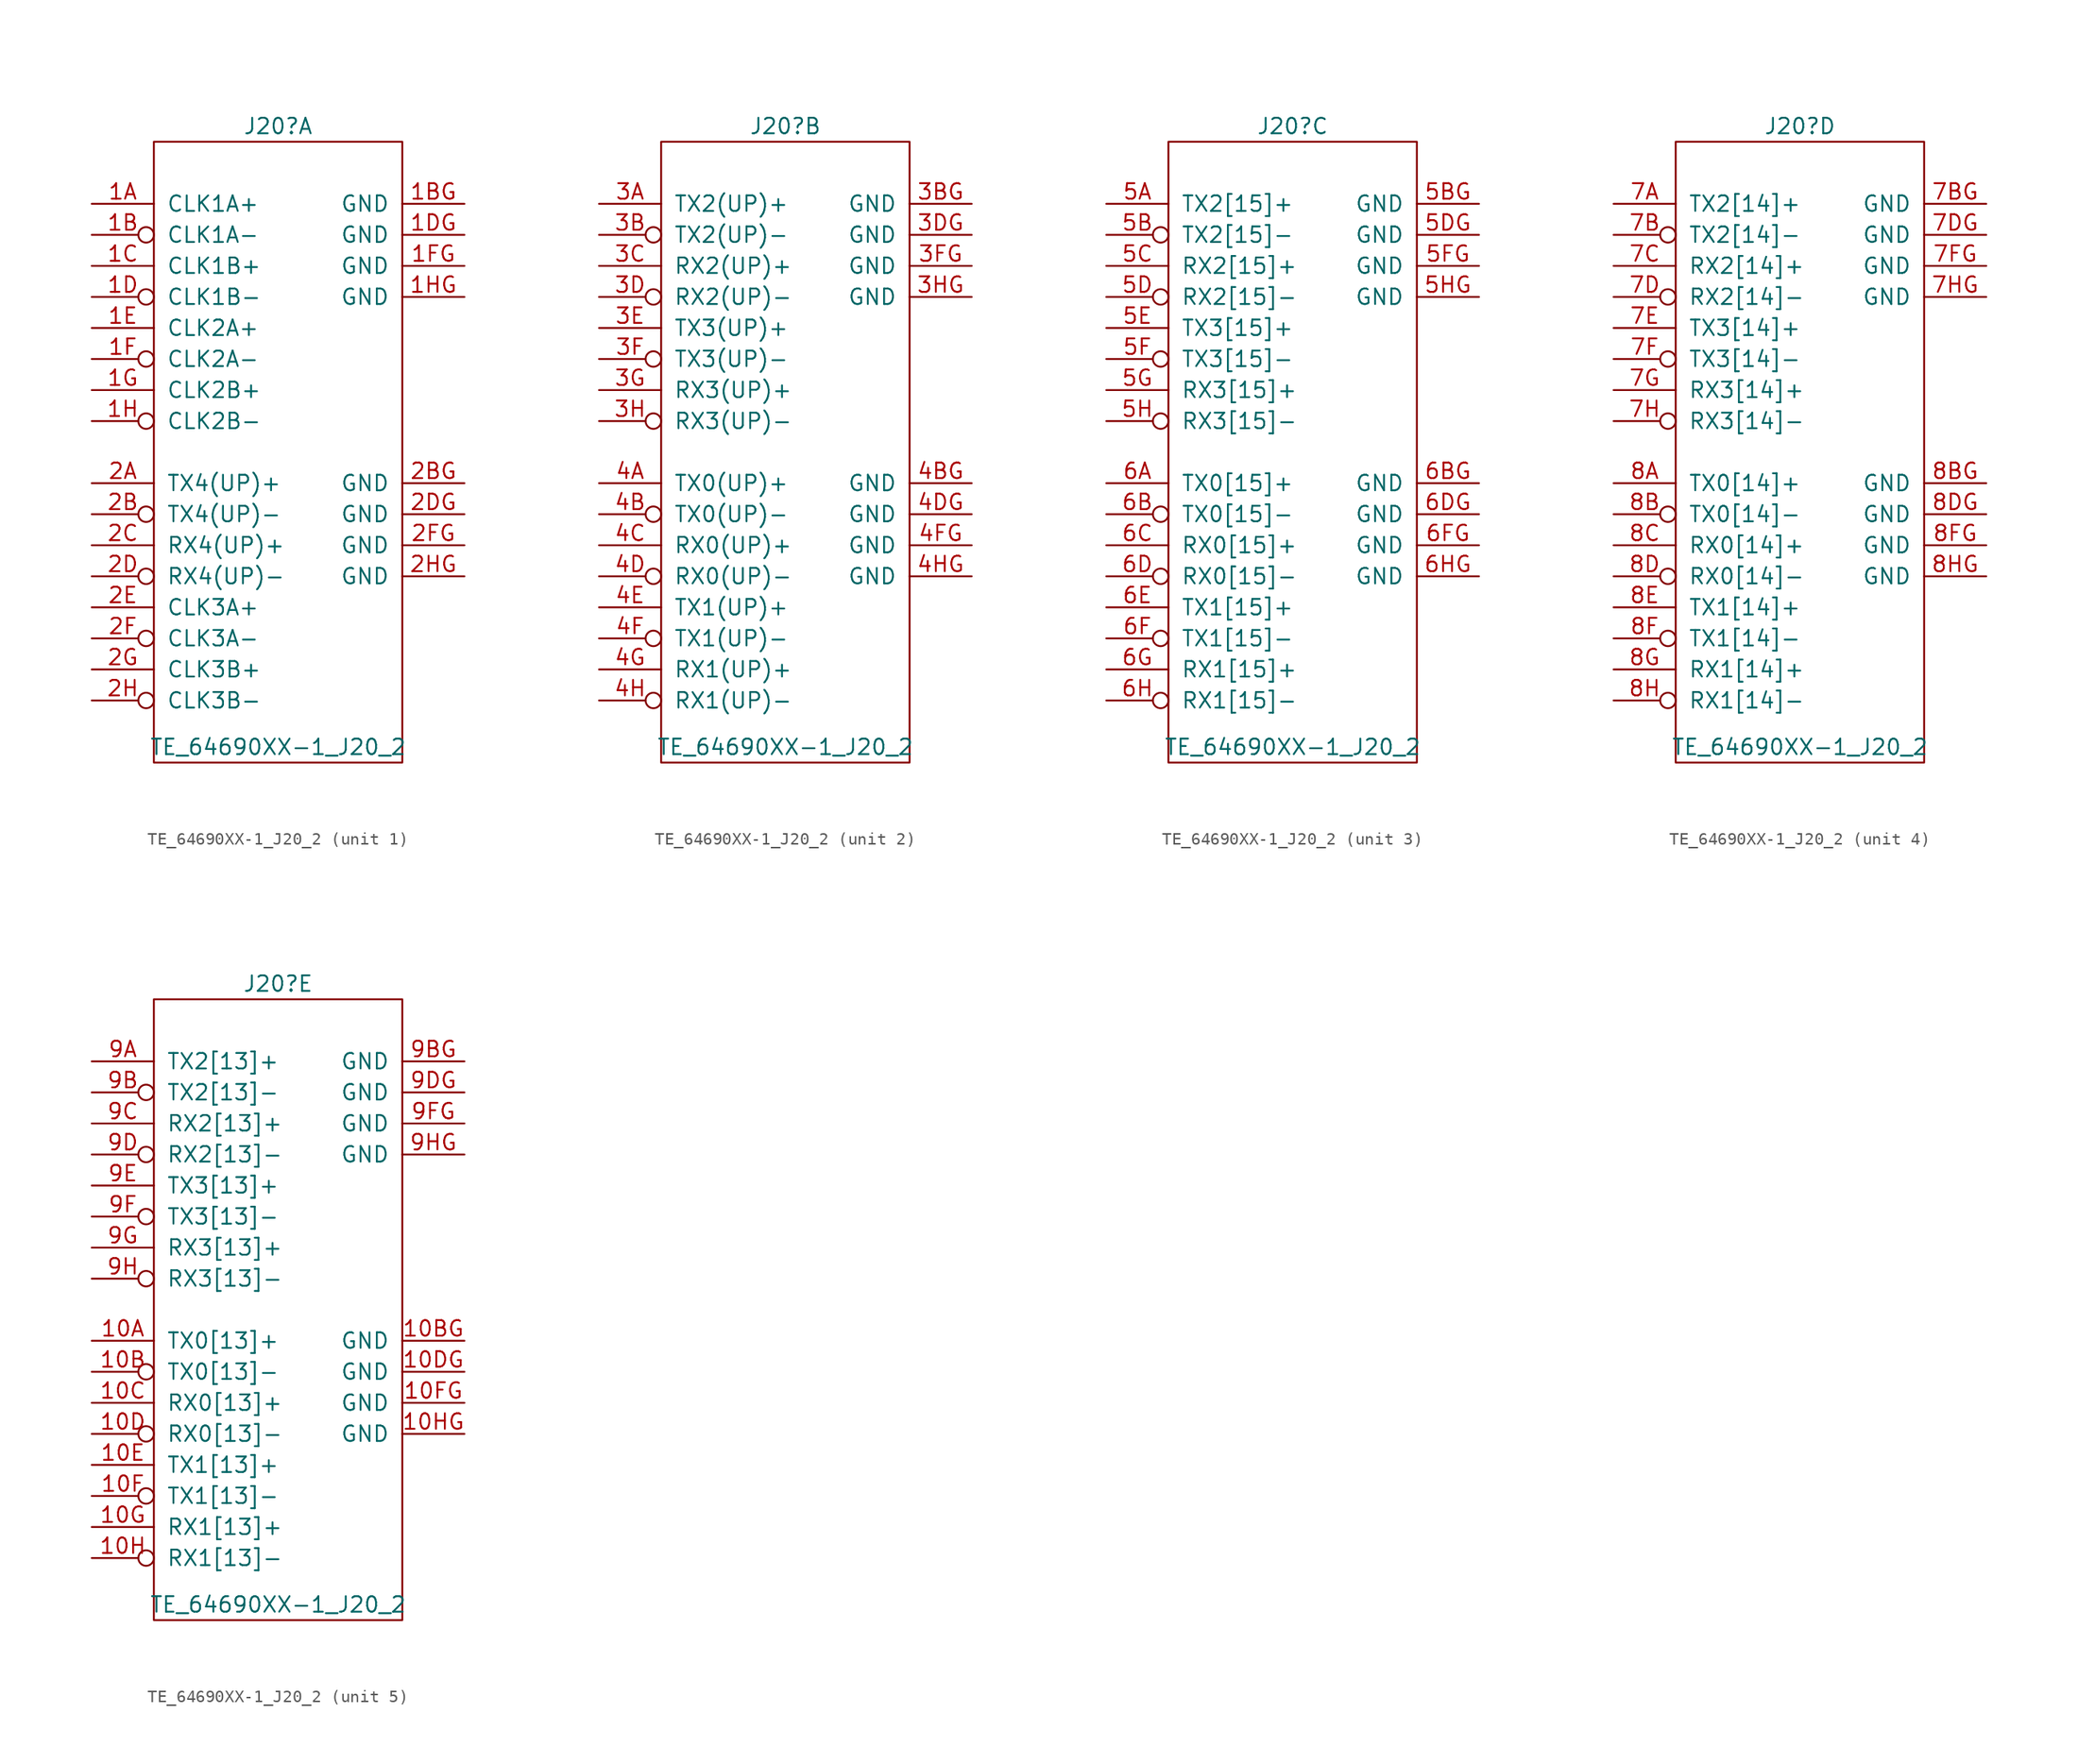
<source format=kicad_sym>
(kicad_symbol_lib
  (version 20220914)
  (generator kicad_symbol_editor)
  (symbol "TE_64690XX-1_J20_2"
    (pin_names
      (offset 1.016))
    (property "Reference" "J20"
      (at 0 26.67 0)
      (effects (font (size 1.27 1.27))))
    (property "Value" "TE_64690XX-1_J20_2"
      (at 0 -24.13 0)
      (effects (font (size 1.27 1.27))))
    (property "ki_locked" ""
      (at 0 0 0)
      (effects (font (size 1.27 1.27))))
    (symbol "TE_64690XX-1_J20_2_1_1"
      (rectangle (start -10.16 25.4) (end 10.16 -25.4) (stroke (width 0) (type default)) (fill (type none)))
      (pin bidirectional line (at -15.24 20.32 0) (length 5.08) (name "CLK1A+" (effects (font (size 1.27 1.27)))) (number "1A" (effects (font (size 1.27 1.27)))))
      (pin bidirectional inverted (at -15.24 17.78 0) (length 5.08) (name "CLK1A-" (effects (font (size 1.27 1.27)))) (number "1B" (effects (font (size 1.27 1.27)))))
      (pin passive line (at 15.24 20.32 180) (length 5.08) (name "GND" (effects (font (size 1.27 1.27)))) (number "1BG" (effects (font (size 1.27 1.27)))))
      (pin bidirectional line (at -15.24 15.24 0) (length 5.08) (name "CLK1B+" (effects (font (size 1.27 1.27)))) (number "1C" (effects (font (size 1.27 1.27)))))
      (pin bidirectional inverted (at -15.24 12.7 0) (length 5.08) (name "CLK1B-" (effects (font (size 1.27 1.27)))) (number "1D" (effects (font (size 1.27 1.27)))))
      (pin passive line (at 15.24 17.78 180) (length 5.08) (name "GND" (effects (font (size 1.27 1.27)))) (number "1DG" (effects (font (size 1.27 1.27)))))
      (pin bidirectional line (at -15.24 10.16 0) (length 5.08) (name "CLK2A+" (effects (font (size 1.27 1.27)))) (number "1E" (effects (font (size 1.27 1.27)))))
      (pin bidirectional inverted (at -15.24 7.62 0) (length 5.08) (name "CLK2A-" (effects (font (size 1.27 1.27)))) (number "1F" (effects (font (size 1.27 1.27)))))
      (pin passive line (at 15.24 15.24 180) (length 5.08) (name "GND" (effects (font (size 1.27 1.27)))) (number "1FG" (effects (font (size 1.27 1.27)))))
      (pin bidirectional line (at -15.24 5.08 0) (length 5.08) (name "CLK2B+" (effects (font (size 1.27 1.27)))) (number "1G" (effects (font (size 1.27 1.27)))))
      (pin bidirectional inverted (at -15.24 2.54 0) (length 5.08) (name "CLK2B-" (effects (font (size 1.27 1.27)))) (number "1H" (effects (font (size 1.27 1.27)))))
      (pin passive line (at 15.24 12.7 180) (length 5.08) (name "GND" (effects (font (size 1.27 1.27)))) (number "1HG" (effects (font (size 1.27 1.27)))))
      (pin bidirectional line (at -15.24 -2.54 0) (length 5.08) (name "TX4(UP)+" (effects (font (size 1.27 1.27)))) (number "2A" (effects (font (size 1.27 1.27)))))
      (pin bidirectional inverted (at -15.24 -5.08 0) (length 5.08) (name "TX4(UP)-" (effects (font (size 1.27 1.27)))) (number "2B" (effects (font (size 1.27 1.27)))))
      (pin passive line (at 15.24 -2.54 180) (length 5.08) (name "GND" (effects (font (size 1.27 1.27)))) (number "2BG" (effects (font (size 1.27 1.27)))))
      (pin bidirectional line (at -15.24 -7.62 0) (length 5.08) (name "RX4(UP)+" (effects (font (size 1.27 1.27)))) (number "2C" (effects (font (size 1.27 1.27)))))
      (pin bidirectional inverted (at -15.24 -10.16 0) (length 5.08) (name "RX4(UP)-" (effects (font (size 1.27 1.27)))) (number "2D" (effects (font (size 1.27 1.27)))))
      (pin passive line (at 15.24 -5.08 180) (length 5.08) (name "GND" (effects (font (size 1.27 1.27)))) (number "2DG" (effects (font (size 1.27 1.27)))))
      (pin bidirectional line (at -15.24 -12.7 0) (length 5.08) (name "CLK3A+" (effects (font (size 1.27 1.27)))) (number "2E" (effects (font (size 1.27 1.27)))))
      (pin bidirectional inverted (at -15.24 -15.24 0) (length 5.08) (name "CLK3A-" (effects (font (size 1.27 1.27)))) (number "2F" (effects (font (size 1.27 1.27)))))
      (pin passive line (at 15.24 -7.62 180) (length 5.08) (name "GND" (effects (font (size 1.27 1.27)))) (number "2FG" (effects (font (size 1.27 1.27)))))
      (pin bidirectional line (at -15.24 -17.78 0) (length 5.08) (name "CLK3B+" (effects (font (size 1.27 1.27)))) (number "2G" (effects (font (size 1.27 1.27)))))
      (pin bidirectional inverted (at -15.24 -20.32 0) (length 5.08) (name "CLK3B-" (effects (font (size 1.27 1.27)))) (number "2H" (effects (font (size 1.27 1.27)))))
      (pin passive line (at 15.24 -10.16 180) (length 5.08) (name "GND" (effects (font (size 1.27 1.27)))) (number "2HG" (effects (font (size 1.27 1.27))))))
    (symbol "TE_64690XX-1_J20_2_2_1"
      (rectangle (start -10.16 25.4) (end 10.16 -25.4) (stroke (width 0) (type default)) (fill (type none)))
      (pin bidirectional line (at -15.24 20.32 0) (length 5.08) (name "TX2(UP)+" (effects (font (size 1.27 1.27)))) (number "3A" (effects (font (size 1.27 1.27)))))
      (pin bidirectional inverted (at -15.24 17.78 0) (length 5.08) (name "TX2(UP)-" (effects (font (size 1.27 1.27)))) (number "3B" (effects (font (size 1.27 1.27)))))
      (pin passive line (at 15.24 20.32 180) (length 5.08) (name "GND" (effects (font (size 1.27 1.27)))) (number "3BG" (effects (font (size 1.27 1.27)))))
      (pin bidirectional line (at -15.24 15.24 0) (length 5.08) (name "RX2(UP)+" (effects (font (size 1.27 1.27)))) (number "3C" (effects (font (size 1.27 1.27)))))
      (pin bidirectional inverted (at -15.24 12.7 0) (length 5.08) (name "RX2(UP)-" (effects (font (size 1.27 1.27)))) (number "3D" (effects (font (size 1.27 1.27)))))
      (pin passive line (at 15.24 17.78 180) (length 5.08) (name "GND" (effects (font (size 1.27 1.27)))) (number "3DG" (effects (font (size 1.27 1.27)))))
      (pin bidirectional line (at -15.24 10.16 0) (length 5.08) (name "TX3(UP)+" (effects (font (size 1.27 1.27)))) (number "3E" (effects (font (size 1.27 1.27)))))
      (pin bidirectional inverted (at -15.24 7.62 0) (length 5.08) (name "TX3(UP)-" (effects (font (size 1.27 1.27)))) (number "3F" (effects (font (size 1.27 1.27)))))
      (pin passive line (at 15.24 15.24 180) (length 5.08) (name "GND" (effects (font (size 1.27 1.27)))) (number "3FG" (effects (font (size 1.27 1.27)))))
      (pin bidirectional line (at -15.24 5.08 0) (length 5.08) (name "RX3(UP)+" (effects (font (size 1.27 1.27)))) (number "3G" (effects (font (size 1.27 1.27)))))
      (pin bidirectional inverted (at -15.24 2.54 0) (length 5.08) (name "RX3(UP)-" (effects (font (size 1.27 1.27)))) (number "3H" (effects (font (size 1.27 1.27)))))
      (pin passive line (at 15.24 12.7 180) (length 5.08) (name "GND" (effects (font (size 1.27 1.27)))) (number "3HG" (effects (font (size 1.27 1.27)))))
      (pin bidirectional line (at -15.24 -2.54 0) (length 5.08) (name "TX0(UP)+" (effects (font (size 1.27 1.27)))) (number "4A" (effects (font (size 1.27 1.27)))))
      (pin bidirectional inverted (at -15.24 -5.08 0) (length 5.08) (name "TX0(UP)-" (effects (font (size 1.27 1.27)))) (number "4B" (effects (font (size 1.27 1.27)))))
      (pin passive line (at 15.24 -2.54 180) (length 5.08) (name "GND" (effects (font (size 1.27 1.27)))) (number "4BG" (effects (font (size 1.27 1.27)))))
      (pin bidirectional line (at -15.24 -7.62 0) (length 5.08) (name "RX0(UP)+" (effects (font (size 1.27 1.27)))) (number "4C" (effects (font (size 1.27 1.27)))))
      (pin bidirectional inverted (at -15.24 -10.16 0) (length 5.08) (name "RX0(UP)-" (effects (font (size 1.27 1.27)))) (number "4D" (effects (font (size 1.27 1.27)))))
      (pin passive line (at 15.24 -5.08 180) (length 5.08) (name "GND" (effects (font (size 1.27 1.27)))) (number "4DG" (effects (font (size 1.27 1.27)))))
      (pin bidirectional line (at -15.24 -12.7 0) (length 5.08) (name "TX1(UP)+" (effects (font (size 1.27 1.27)))) (number "4E" (effects (font (size 1.27 1.27)))))
      (pin bidirectional inverted (at -15.24 -15.24 0) (length 5.08) (name "TX1(UP)-" (effects (font (size 1.27 1.27)))) (number "4F" (effects (font (size 1.27 1.27)))))
      (pin passive line (at 15.24 -7.62 180) (length 5.08) (name "GND" (effects (font (size 1.27 1.27)))) (number "4FG" (effects (font (size 1.27 1.27)))))
      (pin bidirectional line (at -15.24 -17.78 0) (length 5.08) (name "RX1(UP)+" (effects (font (size 1.27 1.27)))) (number "4G" (effects (font (size 1.27 1.27)))))
      (pin bidirectional inverted (at -15.24 -20.32 0) (length 5.08) (name "RX1(UP)-" (effects (font (size 1.27 1.27)))) (number "4H" (effects (font (size 1.27 1.27)))))
      (pin passive line (at 15.24 -10.16 180) (length 5.08) (name "GND" (effects (font (size 1.27 1.27)))) (number "4HG" (effects (font (size 1.27 1.27))))))
    (symbol "TE_64690XX-1_J20_2_3_1"
      (rectangle (start -10.16 25.4) (end 10.16 -25.4) (stroke (width 0) (type default)) (fill (type none)))
      (pin bidirectional line (at -15.24 20.32 0) (length 5.08) (name "TX2[15]+" (effects (font (size 1.27 1.27)))) (number "5A" (effects (font (size 1.27 1.27)))))
      (pin bidirectional inverted (at -15.24 17.78 0) (length 5.08) (name "TX2[15]-" (effects (font (size 1.27 1.27)))) (number "5B" (effects (font (size 1.27 1.27)))))
      (pin passive line (at 15.24 20.32 180) (length 5.08) (name "GND" (effects (font (size 1.27 1.27)))) (number "5BG" (effects (font (size 1.27 1.27)))))
      (pin bidirectional line (at -15.24 15.24 0) (length 5.08) (name "RX2[15]+" (effects (font (size 1.27 1.27)))) (number "5C" (effects (font (size 1.27 1.27)))))
      (pin bidirectional inverted (at -15.24 12.7 0) (length 5.08) (name "RX2[15]-" (effects (font (size 1.27 1.27)))) (number "5D" (effects (font (size 1.27 1.27)))))
      (pin passive line (at 15.24 17.78 180) (length 5.08) (name "GND" (effects (font (size 1.27 1.27)))) (number "5DG" (effects (font (size 1.27 1.27)))))
      (pin bidirectional line (at -15.24 10.16 0) (length 5.08) (name "TX3[15]+" (effects (font (size 1.27 1.27)))) (number "5E" (effects (font (size 1.27 1.27)))))
      (pin bidirectional inverted (at -15.24 7.62 0) (length 5.08) (name "TX3[15]-" (effects (font (size 1.27 1.27)))) (number "5F" (effects (font (size 1.27 1.27)))))
      (pin passive line (at 15.24 15.24 180) (length 5.08) (name "GND" (effects (font (size 1.27 1.27)))) (number "5FG" (effects (font (size 1.27 1.27)))))
      (pin bidirectional line (at -15.24 5.08 0) (length 5.08) (name "RX3[15]+" (effects (font (size 1.27 1.27)))) (number "5G" (effects (font (size 1.27 1.27)))))
      (pin bidirectional inverted (at -15.24 2.54 0) (length 5.08) (name "RX3[15]-" (effects (font (size 1.27 1.27)))) (number "5H" (effects (font (size 1.27 1.27)))))
      (pin passive line (at 15.24 12.7 180) (length 5.08) (name "GND" (effects (font (size 1.27 1.27)))) (number "5HG" (effects (font (size 1.27 1.27)))))
      (pin bidirectional line (at -15.24 -2.54 0) (length 5.08) (name "TX0[15]+" (effects (font (size 1.27 1.27)))) (number "6A" (effects (font (size 1.27 1.27)))))
      (pin bidirectional inverted (at -15.24 -5.08 0) (length 5.08) (name "TX0[15]-" (effects (font (size 1.27 1.27)))) (number "6B" (effects (font (size 1.27 1.27)))))
      (pin passive line (at 15.24 -2.54 180) (length 5.08) (name "GND" (effects (font (size 1.27 1.27)))) (number "6BG" (effects (font (size 1.27 1.27)))))
      (pin bidirectional line (at -15.24 -7.62 0) (length 5.08) (name "RX0[15]+" (effects (font (size 1.27 1.27)))) (number "6C" (effects (font (size 1.27 1.27)))))
      (pin bidirectional inverted (at -15.24 -10.16 0) (length 5.08) (name "RX0[15]-" (effects (font (size 1.27 1.27)))) (number "6D" (effects (font (size 1.27 1.27)))))
      (pin passive line (at 15.24 -5.08 180) (length 5.08) (name "GND" (effects (font (size 1.27 1.27)))) (number "6DG" (effects (font (size 1.27 1.27)))))
      (pin bidirectional line (at -15.24 -12.7 0) (length 5.08) (name "TX1[15]+" (effects (font (size 1.27 1.27)))) (number "6E" (effects (font (size 1.27 1.27)))))
      (pin bidirectional inverted (at -15.24 -15.24 0) (length 5.08) (name "TX1[15]-" (effects (font (size 1.27 1.27)))) (number "6F" (effects (font (size 1.27 1.27)))))
      (pin passive line (at 15.24 -7.62 180) (length 5.08) (name "GND" (effects (font (size 1.27 1.27)))) (number "6FG" (effects (font (size 1.27 1.27)))))
      (pin bidirectional line (at -15.24 -17.78 0) (length 5.08) (name "RX1[15]+" (effects (font (size 1.27 1.27)))) (number "6G" (effects (font (size 1.27 1.27)))))
      (pin bidirectional inverted (at -15.24 -20.32 0) (length 5.08) (name "RX1[15]-" (effects (font (size 1.27 1.27)))) (number "6H" (effects (font (size 1.27 1.27)))))
      (pin passive line (at 15.24 -10.16 180) (length 5.08) (name "GND" (effects (font (size 1.27 1.27)))) (number "6HG" (effects (font (size 1.27 1.27))))))
    (symbol "TE_64690XX-1_J20_2_4_1"
      (rectangle (start -10.16 25.4) (end 10.16 -25.4) (stroke (width 0) (type default)) (fill (type none)))
      (pin bidirectional line (at -15.24 20.32 0) (length 5.08) (name "TX2[14]+" (effects (font (size 1.27 1.27)))) (number "7A" (effects (font (size 1.27 1.27)))))
      (pin bidirectional inverted (at -15.24 17.78 0) (length 5.08) (name "TX2[14]-" (effects (font (size 1.27 1.27)))) (number "7B" (effects (font (size 1.27 1.27)))))
      (pin passive line (at 15.24 20.32 180) (length 5.08) (name "GND" (effects (font (size 1.27 1.27)))) (number "7BG" (effects (font (size 1.27 1.27)))))
      (pin bidirectional line (at -15.24 15.24 0) (length 5.08) (name "RX2[14]+" (effects (font (size 1.27 1.27)))) (number "7C" (effects (font (size 1.27 1.27)))))
      (pin bidirectional inverted (at -15.24 12.7 0) (length 5.08) (name "RX2[14]-" (effects (font (size 1.27 1.27)))) (number "7D" (effects (font (size 1.27 1.27)))))
      (pin passive line (at 15.24 17.78 180) (length 5.08) (name "GND" (effects (font (size 1.27 1.27)))) (number "7DG" (effects (font (size 1.27 1.27)))))
      (pin bidirectional line (at -15.24 10.16 0) (length 5.08) (name "TX3[14]+" (effects (font (size 1.27 1.27)))) (number "7E" (effects (font (size 1.27 1.27)))))
      (pin bidirectional inverted (at -15.24 7.62 0) (length 5.08) (name "TX3[14]-" (effects (font (size 1.27 1.27)))) (number "7F" (effects (font (size 1.27 1.27)))))
      (pin passive line (at 15.24 15.24 180) (length 5.08) (name "GND" (effects (font (size 1.27 1.27)))) (number "7FG" (effects (font (size 1.27 1.27)))))
      (pin bidirectional line (at -15.24 5.08 0) (length 5.08) (name "RX3[14]+" (effects (font (size 1.27 1.27)))) (number "7G" (effects (font (size 1.27 1.27)))))
      (pin bidirectional inverted (at -15.24 2.54 0) (length 5.08) (name "RX3[14]-" (effects (font (size 1.27 1.27)))) (number "7H" (effects (font (size 1.27 1.27)))))
      (pin passive line (at 15.24 12.7 180) (length 5.08) (name "GND" (effects (font (size 1.27 1.27)))) (number "7HG" (effects (font (size 1.27 1.27)))))
      (pin bidirectional line (at -15.24 -2.54 0) (length 5.08) (name "TX0[14]+" (effects (font (size 1.27 1.27)))) (number "8A" (effects (font (size 1.27 1.27)))))
      (pin bidirectional inverted (at -15.24 -5.08 0) (length 5.08) (name "TX0[14]-" (effects (font (size 1.27 1.27)))) (number "8B" (effects (font (size 1.27 1.27)))))
      (pin passive line (at 15.24 -2.54 180) (length 5.08) (name "GND" (effects (font (size 1.27 1.27)))) (number "8BG" (effects (font (size 1.27 1.27)))))
      (pin bidirectional line (at -15.24 -7.62 0) (length 5.08) (name "RX0[14]+" (effects (font (size 1.27 1.27)))) (number "8C" (effects (font (size 1.27 1.27)))))
      (pin bidirectional inverted (at -15.24 -10.16 0) (length 5.08) (name "RX0[14]-" (effects (font (size 1.27 1.27)))) (number "8D" (effects (font (size 1.27 1.27)))))
      (pin passive line (at 15.24 -5.08 180) (length 5.08) (name "GND" (effects (font (size 1.27 1.27)))) (number "8DG" (effects (font (size 1.27 1.27)))))
      (pin bidirectional line (at -15.24 -12.7 0) (length 5.08) (name "TX1[14]+" (effects (font (size 1.27 1.27)))) (number "8E" (effects (font (size 1.27 1.27)))))
      (pin bidirectional inverted (at -15.24 -15.24 0) (length 5.08) (name "TX1[14]-" (effects (font (size 1.27 1.27)))) (number "8F" (effects (font (size 1.27 1.27)))))
      (pin passive line (at 15.24 -7.62 180) (length 5.08) (name "GND" (effects (font (size 1.27 1.27)))) (number "8FG" (effects (font (size 1.27 1.27)))))
      (pin bidirectional line (at -15.24 -17.78 0) (length 5.08) (name "RX1[14]+" (effects (font (size 1.27 1.27)))) (number "8G" (effects (font (size 1.27 1.27)))))
      (pin bidirectional inverted (at -15.24 -20.32 0) (length 5.08) (name "RX1[14]-" (effects (font (size 1.27 1.27)))) (number "8H" (effects (font (size 1.27 1.27)))))
      (pin passive line (at 15.24 -10.16 180) (length 5.08) (name "GND" (effects (font (size 1.27 1.27)))) (number "8HG" (effects (font (size 1.27 1.27))))))
    (symbol "TE_64690XX-1_J20_2_5_1"
      (rectangle (start -10.16 25.4) (end 10.16 -25.4) (stroke (width 0) (type default)) (fill (type none)))
      (pin bidirectional line (at -15.24 -2.54 0) (length 5.08) (name "TX0[13]+" (effects (font (size 1.27 1.27)))) (number "10A" (effects (font (size 1.27 1.27)))))
      (pin bidirectional inverted (at -15.24 -5.08 0) (length 5.08) (name "TX0[13]-" (effects (font (size 1.27 1.27)))) (number "10B" (effects (font (size 1.27 1.27)))))
      (pin passive line (at 15.24 -2.54 180) (length 5.08) (name "GND" (effects (font (size 1.27 1.27)))) (number "10BG" (effects (font (size 1.27 1.27)))))
      (pin bidirectional line (at -15.24 -7.62 0) (length 5.08) (name "RX0[13]+" (effects (font (size 1.27 1.27)))) (number "10C" (effects (font (size 1.27 1.27)))))
      (pin bidirectional inverted (at -15.24 -10.16 0) (length 5.08) (name "RX0[13]-" (effects (font (size 1.27 1.27)))) (number "10D" (effects (font (size 1.27 1.27)))))
      (pin passive line (at 15.24 -5.08 180) (length 5.08) (name "GND" (effects (font (size 1.27 1.27)))) (number "10DG" (effects (font (size 1.27 1.27)))))
      (pin bidirectional line (at -15.24 -12.7 0) (length 5.08) (name "TX1[13]+" (effects (font (size 1.27 1.27)))) (number "10E" (effects (font (size 1.27 1.27)))))
      (pin bidirectional inverted (at -15.24 -15.24 0) (length 5.08) (name "TX1[13]-" (effects (font (size 1.27 1.27)))) (number "10F" (effects (font (size 1.27 1.27)))))
      (pin passive line (at 15.24 -7.62 180) (length 5.08) (name "GND" (effects (font (size 1.27 1.27)))) (number "10FG" (effects (font (size 1.27 1.27)))))
      (pin bidirectional line (at -15.24 -17.78 0) (length 5.08) (name "RX1[13]+" (effects (font (size 1.27 1.27)))) (number "10G" (effects (font (size 1.27 1.27)))))
      (pin bidirectional inverted (at -15.24 -20.32 0) (length 5.08) (name "RX1[13]-" (effects (font (size 1.27 1.27)))) (number "10H" (effects (font (size 1.27 1.27)))))
      (pin passive line (at 15.24 -10.16 180) (length 5.08) (name "GND" (effects (font (size 1.27 1.27)))) (number "10HG" (effects (font (size 1.27 1.27)))))
      (pin bidirectional line (at -15.24 20.32 0) (length 5.08) (name "TX2[13]+" (effects (font (size 1.27 1.27)))) (number "9A" (effects (font (size 1.27 1.27)))))
      (pin bidirectional inverted (at -15.24 17.78 0) (length 5.08) (name "TX2[13]-" (effects (font (size 1.27 1.27)))) (number "9B" (effects (font (size 1.27 1.27)))))
      (pin passive line (at 15.24 20.32 180) (length 5.08) (name "GND" (effects (font (size 1.27 1.27)))) (number "9BG" (effects (font (size 1.27 1.27)))))
      (pin bidirectional line (at -15.24 15.24 0) (length 5.08) (name "RX2[13]+" (effects (font (size 1.27 1.27)))) (number "9C" (effects (font (size 1.27 1.27)))))
      (pin bidirectional inverted (at -15.24 12.7 0) (length 5.08) (name "RX2[13]-" (effects (font (size 1.27 1.27)))) (number "9D" (effects (font (size 1.27 1.27)))))
      (pin passive line (at 15.24 17.78 180) (length 5.08) (name "GND" (effects (font (size 1.27 1.27)))) (number "9DG" (effects (font (size 1.27 1.27)))))
      (pin bidirectional line (at -15.24 10.16 0) (length 5.08) (name "TX3[13]+" (effects (font (size 1.27 1.27)))) (number "9E" (effects (font (size 1.27 1.27)))))
      (pin bidirectional inverted (at -15.24 7.62 0) (length 5.08) (name "TX3[13]-" (effects (font (size 1.27 1.27)))) (number "9F" (effects (font (size 1.27 1.27)))))
      (pin passive line (at 15.24 15.24 180) (length 5.08) (name "GND" (effects (font (size 1.27 1.27)))) (number "9FG" (effects (font (size 1.27 1.27)))))
      (pin bidirectional line (at -15.24 5.08 0) (length 5.08) (name "RX3[13]+" (effects (font (size 1.27 1.27)))) (number "9G" (effects (font (size 1.27 1.27)))))
      (pin bidirectional inverted (at -15.24 2.54 0) (length 5.08) (name "RX3[13]-" (effects (font (size 1.27 1.27)))) (number "9H" (effects (font (size 1.27 1.27)))))
      (pin passive line (at 15.24 12.7 180) (length 5.08) (name "GND" (effects (font (size 1.27 1.27)))) (number "9HG" (effects (font (size 1.27 1.27))))))))
</source>
